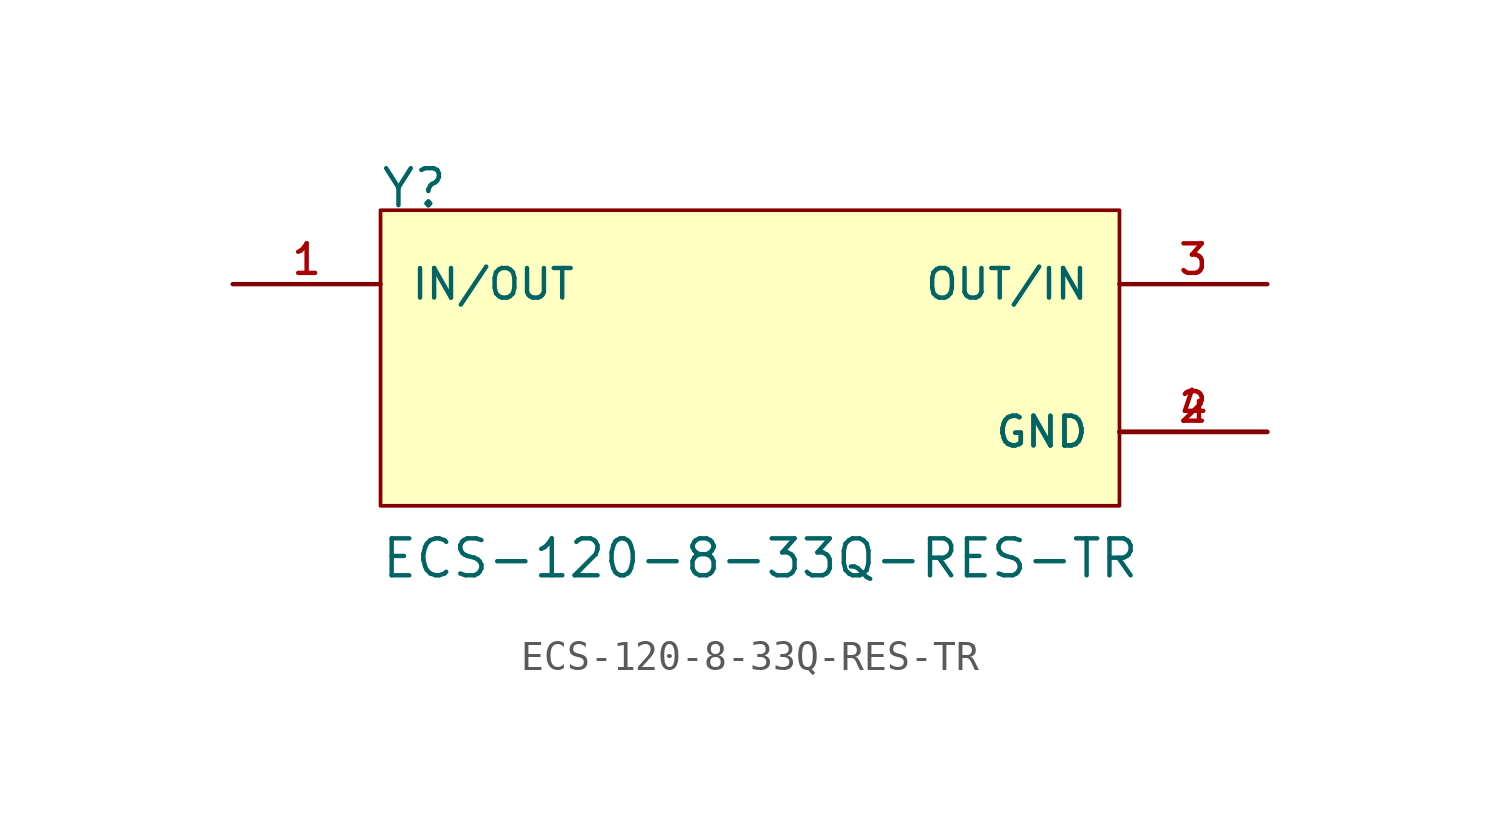
<source format=kicad_sym>
(kicad_symbol_lib
  (version 20211014)
  (generator kicad_symbol_editor)
  (symbol "ECS-120-8-33Q-RES-TR"
    (pin_names
      (offset 1.016))
    (property "Reference" "Y"
      (at -12.728 5.091 0)
      (effects (font (size 1.27 1.27)) (justify bottom left)))
    (property "Value" "ECS-120-8-33Q-RES-TR"
      (at -12.72 -7.632 0)
      (effects (font (size 1.27 1.27)) (justify bottom left)))
    (symbol "ECS-120-8-33Q-RES-TR_0_0"
      (rectangle (start -12.7 -5.08) (end 12.7 5.08) (stroke (width 0.127)) (fill (type background)))
      (pin bidirectional line (at 17.78 2.54 180.0) (length 5.08) (name "OUT/IN" (effects (font (size 1.016 1.016)))) (number "3" (effects (font (size 1.016 1.016)))))
      (pin bidirectional line (at -17.78 2.54 0) (length 5.08) (name "IN/OUT" (effects (font (size 1.016 1.016)))) (number "1" (effects (font (size 1.016 1.016)))))
      (pin power_in line (at 17.78 -2.54 180.0) (length 5.08) (name "GND" (effects (font (size 1.016 1.016)))) (number "2" (effects (font (size 1.016 1.016)))))
      (pin power_in line (at 17.78 -2.54 180.0) (length 5.08) (name "GND" (effects (font (size 1.016 1.016)))) (number "4" (effects (font (size 1.016 1.016))))))))
</source>
